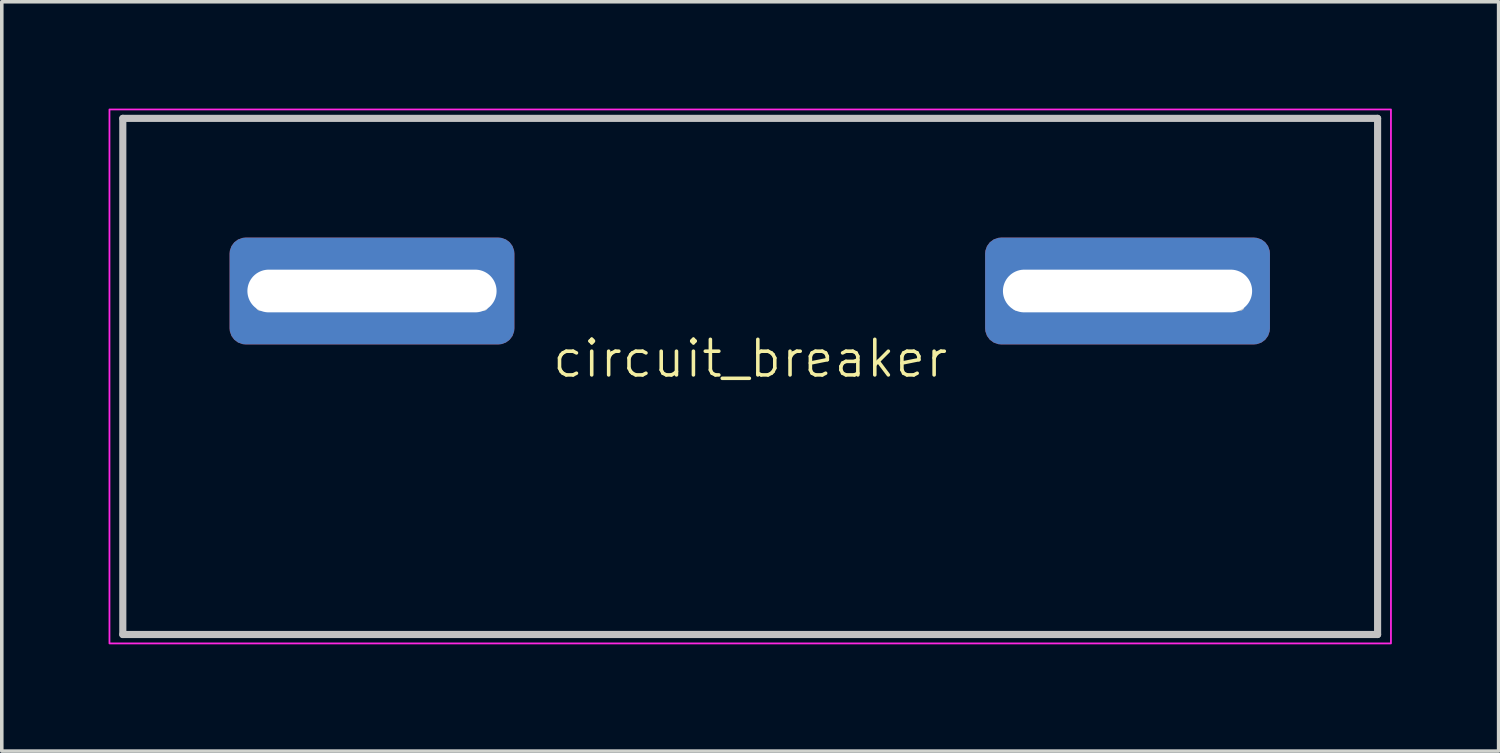
<source format=kicad_pcb>
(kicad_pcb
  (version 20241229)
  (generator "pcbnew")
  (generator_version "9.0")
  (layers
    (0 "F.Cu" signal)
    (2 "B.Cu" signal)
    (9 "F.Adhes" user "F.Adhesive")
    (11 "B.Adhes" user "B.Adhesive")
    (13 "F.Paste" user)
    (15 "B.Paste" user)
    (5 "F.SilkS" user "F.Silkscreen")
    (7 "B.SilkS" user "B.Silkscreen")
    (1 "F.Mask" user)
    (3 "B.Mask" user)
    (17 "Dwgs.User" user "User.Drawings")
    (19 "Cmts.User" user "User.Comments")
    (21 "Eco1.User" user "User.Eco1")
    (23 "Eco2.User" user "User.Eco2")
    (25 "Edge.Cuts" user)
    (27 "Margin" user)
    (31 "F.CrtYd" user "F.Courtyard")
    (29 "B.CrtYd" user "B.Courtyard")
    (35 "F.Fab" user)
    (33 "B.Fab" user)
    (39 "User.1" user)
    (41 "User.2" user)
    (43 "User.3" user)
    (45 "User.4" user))
  (footprint "circuit_breaker"
    (layer "F.Cu")
    (at 18.025 7.525)
    (property "Reference" "circuit_breaker" (at 0 -0.5 0) (unlocked yes) (layer "F.SilkS") (effects (font (size 1 1) (thickness 0.1))))
    (attr smd)
    (fp_line (start -17.625 -7.25) (end -17.625 7.25) (stroke (width 0.2) (type default)) (layer "Dwgs.User"))
    (fp_line (start -17.625 -7.25) (end 17.625 -7.25) (stroke (width 0.2) (type default)) (layer "Dwgs.User"))
    (fp_line (start -17.625 7.25) (end 17.625 7.25) (stroke (width 0.2) (type default)) (layer "Dwgs.User"))
    (fp_line (start -13.775 -2.749) (end -13.775 -1.95) (stroke (width 0.2) (type default)) (layer "Dwgs.User"))
    (fp_line (start -13.775 -2.749) (end -7.475 -2.749) (stroke (width 0.2) (type default)) (layer "Dwgs.User"))
    (fp_line (start -13.775 -1.95) (end -7.475 -1.95) (stroke (width 0.2) (type default)) (layer "Dwgs.User"))
    (fp_line (start -7.475 -2.749) (end -7.475 -1.95) (stroke (width 0.2) (type default)) (layer "Dwgs.User"))
    (fp_line (start 7.475 -2.749) (end 7.475 -1.951) (stroke (width 0.2) (type default)) (layer "Dwgs.User"))
    (fp_line (start 7.475 -2.749) (end 13.775 -2.749) (stroke (width 0.2) (type default)) (layer "Dwgs.User"))
    (fp_line (start 7.475 -1.951) (end 13.775 -1.951) (stroke (width 0.2) (type default)) (layer "Dwgs.User"))
    (fp_line (start 13.775 -2.749) (end 13.775 -1.951) (stroke (width 0.2) (type default)) (layer "Dwgs.User"))
    (fp_line (start 17.625 -7.25) (end 17.625 7.25) (stroke (width 0.2) (type default)) (layer "Dwgs.User"))
    (fp_rect (start -18 -7.5) (end 18 7.5) (stroke (width 0.05) (type default)) (fill no) (layer "F.CrtYd"))
    (pad "1" thru_hole roundrect (at -10.625 -2.4) (size 8 3) (drill oval 7 1.2) (layers "*.Cu" "*.Mask") (roundrect_rratio 0.15))
    (pad "2" thru_hole roundrect (at 10.6 -2.4) (size 8 3) (drill oval 7 1.2) (layers "*.Cu" "*.Mask") (roundrect_rratio 0.15)))
  (gr_rect
    (start -3 -3)
    (end 39.05 18.05)
    (stroke (width 0.1) (type default))
    (fill no)
    (layer "Edge.Cuts")))
</source>
